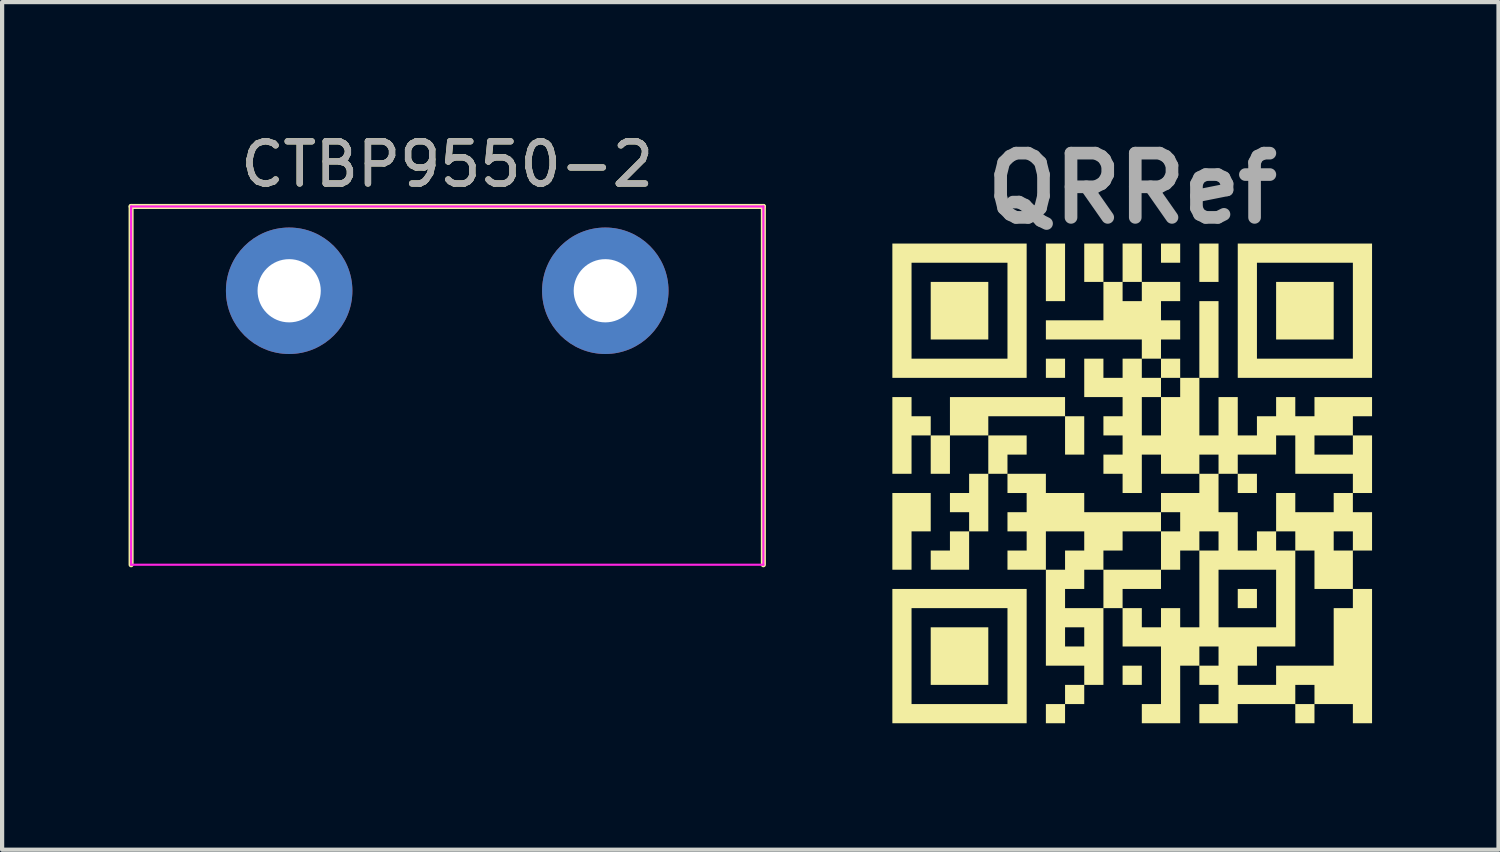
<source format=kicad_pcb>
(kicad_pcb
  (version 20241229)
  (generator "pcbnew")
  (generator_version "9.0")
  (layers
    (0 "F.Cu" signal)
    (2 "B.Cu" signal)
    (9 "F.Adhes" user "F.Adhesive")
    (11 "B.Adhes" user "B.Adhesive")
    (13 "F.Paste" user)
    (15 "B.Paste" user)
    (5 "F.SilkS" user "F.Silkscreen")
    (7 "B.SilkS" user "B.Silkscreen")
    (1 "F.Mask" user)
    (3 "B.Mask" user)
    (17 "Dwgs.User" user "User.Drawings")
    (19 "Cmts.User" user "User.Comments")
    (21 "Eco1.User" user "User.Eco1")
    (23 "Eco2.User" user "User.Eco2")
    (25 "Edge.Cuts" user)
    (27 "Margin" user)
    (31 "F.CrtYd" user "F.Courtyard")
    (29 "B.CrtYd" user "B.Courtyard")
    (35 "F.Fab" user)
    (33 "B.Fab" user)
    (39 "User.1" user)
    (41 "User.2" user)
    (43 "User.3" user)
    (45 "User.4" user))
  (footprint "CTBP9550-2"
    (layer "F.Cu")
    (at 7.56 3.848)
    (property "Reference" "CTBP9550-2" (at 0 -3 0) (unlocked yes) (layer "F.SilkS") (effects (font (size 1 1) (thickness 0.15))))
    (attr through_hole)
    (fp_line (start -7.5 -2) (end 7.5 -2) (stroke (width 0.12) (type solid)) (layer "F.SilkS"))
    (fp_line (start -7.5 6.5) (end -7.5 -2) (stroke (width 0.12) (type solid)) (layer "F.SilkS"))
    (fp_line (start 7.5 -2) (end 7.5 6.5) (stroke (width 0.12) (type solid)) (layer "F.SilkS"))
    (fp_line (start -7.5 -2) (end -7.5 6.5) (stroke (width 0.05) (type solid)) (layer "F.CrtYd"))
    (fp_line (start -7.5 6.5) (end 7.5 6.5) (stroke (width 0.05) (type solid)) (layer "F.CrtYd"))
    (fp_line (start 7.5 -2) (end -7.5 -2) (stroke (width 0.05) (type solid)) (layer "F.CrtYd"))
    (fp_line (start 7.5 6.5) (end 7.5 -2) (stroke (width 0.05) (type solid)) (layer "F.CrtYd"))
    (fp_text user "${REFERENCE}" (at 0 -3 0) (unlocked yes) (layer "F.Fab") (effects (font (size 1 1) (thickness 0.15))))
    (pad "1" thru_hole circle (at -3.75 0) (size 3 3) (drill 1.5) (layers "*.Cu" "*.Mask"))
    (pad "2" thru_hole circle (at 3.75 0) (size 3 3) (drill 1.5) (layers "*.Cu" "*.Mask")))
  (footprint "QRRef"
    (layer "F.Cu")
    (at 23.81 8.418)
    (property "Reference" "QRRef" (at 0 -7 0) (layer "F.Fab") (effects (font (size 1.524 1.524) (thickness 0.3))))
    (attr board_only exclude_from_pos_files exclude_from_bom)
    (fp_poly (pts (xy -4.324 -0.228) (xy -4.78 -0.228) (xy -4.78 -1.138) (xy -4.324 -1.138)) (stroke (width 0) (type solid)) (fill yes) (layer "F.SilkS"))
    (fp_poly (pts (xy -3.414 -3.414) (xy -4.78 -3.414) (xy -4.78 -4.78) (xy -3.414 -4.78)) (stroke (width 0) (type solid)) (fill yes) (layer "F.SilkS"))
    (fp_poly (pts (xy -3.414 4.78) (xy -4.78 4.78) (xy -4.78 3.414) (xy -3.414 3.414)) (stroke (width 0) (type solid)) (fill yes) (layer "F.SilkS"))
    (fp_poly (pts (xy -1.593 -4.324) (xy -2.048 -4.324) (xy -2.048 -5.69) (xy -1.593 -5.69)) (stroke (width 0) (type solid)) (fill yes) (layer "F.SilkS"))
    (fp_poly (pts (xy -1.593 -2.504) (xy -2.048 -2.504) (xy -2.048 -2.959) (xy -1.593 -2.959)) (stroke (width 0) (type solid)) (fill yes) (layer "F.SilkS"))
    (fp_poly (pts (xy -1.593 5.69) (xy -2.048 5.69) (xy -2.048 5.235) (xy -1.593 5.235)) (stroke (width 0) (type solid)) (fill yes) (layer "F.SilkS"))
    (fp_poly (pts (xy -1.138 -0.683) (xy -1.593 -0.683) (xy -1.593 -1.593) (xy -1.138 -1.593)) (stroke (width 0) (type solid)) (fill yes) (layer "F.SilkS"))
    (fp_poly (pts (xy -1.138 5.235) (xy -1.593 5.235) (xy -1.593 4.78) (xy -1.138 4.78)) (stroke (width 0) (type solid)) (fill yes) (layer "F.SilkS"))
    (fp_poly (pts (xy -0.683 -4.78) (xy -1.138 -4.78) (xy -1.138 -5.69) (xy -0.683 -5.69)) (stroke (width 0) (type solid)) (fill yes) (layer "F.SilkS"))
    (fp_poly (pts (xy 0.228 4.78) (xy -0.228 4.78) (xy -0.228 4.324) (xy 0.228 4.324)) (stroke (width 0) (type solid)) (fill yes) (layer "F.SilkS"))
    (fp_poly (pts (xy 1.138 -5.235) (xy 0.683 -5.235) (xy 0.683 -5.69) (xy 1.138 -5.69)) (stroke (width 0) (type solid)) (fill yes) (layer "F.SilkS"))
    (fp_poly (pts (xy 2.048 -4.78) (xy 1.593 -4.78) (xy 1.593 -5.69) (xy 2.048 -5.69)) (stroke (width 0) (type solid)) (fill yes) (layer "F.SilkS"))
    (fp_poly (pts (xy 2.048 -2.504) (xy 1.593 -2.504) (xy 1.593 -4.324) (xy 2.048 -4.324)) (stroke (width 0) (type solid)) (fill yes) (layer "F.SilkS"))
    (fp_poly (pts (xy 2.959 0.228) (xy 2.504 0.228) (xy 2.504 -0.228) (xy 2.959 -0.228)) (stroke (width 0) (type solid)) (fill yes) (layer "F.SilkS"))
    (fp_poly (pts (xy 2.959 2.959) (xy 2.504 2.959) (xy 2.504 2.504) (xy 2.959 2.504)) (stroke (width 0) (type solid)) (fill yes) (layer "F.SilkS"))
    (fp_poly (pts (xy 4.78 -3.414) (xy 3.414 -3.414) (xy 3.414 -4.78) (xy 4.78 -4.78)) (stroke (width 0) (type solid)) (fill yes) (layer "F.SilkS"))
    (fp_poly (pts (xy -4.78 1.138) (xy -5.235 1.138) (xy -5.235 2.048) (xy -5.69 2.048) (xy -5.69 0.228) (xy -4.78 0.228)) (stroke (width 0) (type solid)) (fill yes) (layer "F.SilkS"))
    (fp_poly (pts (xy -3.869 2.048) (xy -4.78 2.048) (xy -4.78 1.593) (xy -4.324 1.593) (xy -4.324 1.138) (xy -3.869 1.138)) (stroke (width 0) (type solid)) (fill yes) (layer "F.SilkS"))
    (fp_poly (pts (xy -2.504 -0.683) (xy -2.959 -0.683) (xy -2.959 -0.228) (xy -3.414 -0.228) (xy -3.414 -1.138) (xy -2.504 -1.138)) (stroke (width 0) (type solid)) (fill yes) (layer "F.SilkS"))
    (fp_poly (pts (xy -1.593 -1.593) (xy -3.414 -1.593) (xy -3.414 -1.138) (xy -4.324 -1.138) (xy -4.324 -2.048) (xy -1.593 -2.048)) (stroke (width 0) (type solid)) (fill yes) (layer "F.SilkS"))
    (fp_poly (pts (xy -5.235 -1.593) (xy -4.78 -1.593) (xy -4.78 -1.138) (xy -5.235 -1.138) (xy -5.235 -0.228) (xy -5.69 -0.228) (xy -5.69 -2.048) (xy -5.235 -2.048)) (stroke (width 0) (type solid)) (fill yes) (layer "F.SilkS"))
    (fp_poly (pts (xy -3.414 1.138) (xy -3.869 1.138) (xy -3.869 0.683) (xy -4.324 0.683) (xy -4.324 0.228) (xy -3.869 0.228) (xy -3.869 -0.228) (xy -3.414 -0.228)) (stroke (width 0) (type solid)) (fill yes) (layer "F.SilkS"))
    (fp_poly (pts (xy -2.504 -2.504) (xy -5.69 -2.504) (xy -5.69 -2.959) (xy -5.235 -2.959) (xy -2.959 -2.959) (xy -2.959 -5.235) (xy -5.235 -5.235) (xy -5.235 -2.959) (xy -5.69 -2.959) (xy -5.69 -5.69) (xy -2.504 -5.69)) (stroke (width 0) (type solid)) (fill yes) (layer "F.SilkS"))
    (fp_poly (pts (xy -2.504 5.69) (xy -5.69 5.69) (xy -5.69 5.235) (xy -5.235 5.235) (xy -2.959 5.235) (xy -2.959 2.959) (xy -5.235 2.959) (xy -5.235 5.235) (xy -5.69 5.235) (xy -5.69 2.504) (xy -2.504 2.504)) (stroke (width 0) (type solid)) (fill yes) (layer "F.SilkS"))
    (fp_poly (pts (xy 5.69 -2.504) (xy 2.504 -2.504) (xy 2.504 -2.959) (xy 2.959 -2.959) (xy 5.235 -2.959) (xy 5.235 -5.235) (xy 2.959 -5.235) (xy 2.959 -2.959) (xy 2.504 -2.959) (xy 2.504 -5.69) (xy 5.69 -5.69)) (stroke (width 0) (type solid)) (fill yes) (layer "F.SilkS"))
    (fp_poly (pts (xy 1.138 -4.78) (xy 1.138 -4.324) (xy 0.683 -4.324) (xy 0.683 -3.869) (xy 1.138 -3.869) (xy 1.138 -3.414) (xy 0.683 -3.414) (xy 0.683 -2.959) (xy 0.228 -2.959) (xy 0.228 -3.414) (xy -2.048 -3.414) (xy -2.048 -3.869) (xy -0.683 -3.869) (xy -0.683 -4.324) (xy -0.228 -4.324) (xy 0.228 -4.324) (xy 0.228 -4.78) (xy -0.228 -4.78) (xy -0.228 -4.324) (xy -0.683 -4.324) (xy -0.683 -4.78) (xy -0.228 -4.78) (xy -0.228 -5.69) (xy 0.228 -5.69) (xy 0.228 -4.78)) (stroke (width 0) (type solid)) (fill yes) (layer "F.SilkS"))
    (fp_poly (pts (xy 5.69 -1.138) (xy 5.69 0.228) (xy 5.235 0.228) (xy 5.235 0.683) (xy 5.69 0.683) (xy 5.69 1.593) (xy 5.235 1.593) (xy 5.235 2.504) (xy 5.69 2.504) (xy 5.69 5.69) (xy 5.235 5.69) (xy 5.235 5.235) (xy 4.324 5.235) (xy 4.324 5.69) (xy 3.869 5.69) (xy 3.869 5.235) (xy 4.324 5.235) (xy 4.324 4.78) (xy 3.869 4.78) (xy 3.869 5.235) (xy 2.504 5.235) (xy 2.504 5.69) (xy 1.593 5.69) (xy 1.593 5.235) (xy 2.048 5.235) (xy 2.048 4.78) (xy 2.504 4.78) (xy 3.414 4.78) (xy 3.414 4.324) (xy 4.78 4.324) (xy 4.78 2.959) (xy 5.235 2.959) (xy 5.235 2.504) (xy 4.324 2.504) (xy 4.324 1.593) (xy 4.78 1.593) (xy 5.235 1.593) (xy 5.235 1.138) (xy 4.78 1.138) (xy 4.78 1.593) (xy 4.324 1.593) (xy 3.869 1.593) (xy 3.869 3.869) (xy 2.959 3.869) (xy 2.959 4.324) (xy 2.504 4.324) (xy 2.504 4.78) (xy 2.048 4.78) (xy 1.593 4.78) (xy 1.593 4.324) (xy 2.048 4.324) (xy 2.048 3.869) (xy 1.593 3.869) (xy 1.593 4.324) (xy 1.138 4.324) (xy 1.138 5.69) (xy 0.228 5.69) (xy 0.228 5.235) (xy 0.683 5.235) (xy 0.683 3.869) (xy -0.228 3.869) (xy -0.228 2.959) (xy 0.228 2.959) (xy 0.228 3.414) (xy 0.683 3.414) (xy 0.683 2.959) (xy 1.138 2.959) (xy 1.138 3.414) (xy 1.593 3.414) (xy 2.048 3.414) (xy 3.414 3.414) (xy 3.414 2.048) (xy 2.048 2.048) (xy 2.048 3.414) (xy 1.593 3.414) (xy 1.593 1.593) (xy 2.048 1.593) (xy 2.048 1.138) (xy 1.593 1.138) (xy 1.593 1.593) (xy 1.138 1.593) (xy 1.138 2.048) (xy 0.683 2.048) (xy 0.683 2.504) (xy -0.228 2.504) (xy -0.228 2.959) (xy -0.683 2.959) (xy -0.683 4.78) (xy -1.138 4.78) (xy -1.138 4.324) (xy -2.048 4.324) (xy -2.048 3.869) (xy -1.593 3.869) (xy -1.138 3.869) (xy -1.138 3.414) (xy -1.593 3.414) (xy -1.593 3.869) (xy -2.048 3.869) (xy -2.048 2.959) (xy -1.593 2.959) (xy -0.683 2.959) (xy -0.683 2.048) (xy 0.683 2.048) (xy 0.683 1.138) (xy 1.138 1.138) (xy 1.138 0.683) (xy 2.048 0.683) (xy 2.504 0.683) (xy 2.504 1.593) (xy 2.959 1.593) (xy 3.414 1.593) (xy 3.869 1.593) (xy 3.869 1.138) (xy 3.414 1.138) (xy 3.414 1.593) (xy 2.959 1.593) (xy 2.959 1.138) (xy 3.414 1.138) (xy 3.414 0.228) (xy 3.869 0.228) (xy 3.869 0.683) (xy 4.78 0.683) (xy 4.78 0.228) (xy 5.235 0.228) (xy 5.235 -0.228) (xy 3.869 -0.228) (xy 3.869 -0.683) (xy 4.324 -0.683) (xy 5.235 -0.683) (xy 5.235 -1.138) (xy 4.324 -1.138) (xy 4.324 -0.683) (xy 3.869 -0.683) (xy 3.869 -1.138) (xy 3.414 -1.138) (xy 3.414 -0.683) (xy 2.504 -0.683) (xy 2.504 -0.228) (xy 2.048 -0.228) (xy 2.048 0.683) (xy 1.138 0.683) (xy 0.683 0.683) (xy 0.683 1.138) (xy -0.228 1.138) (xy -0.228 1.593) (xy -0.683 1.593) (xy -0.683 2.048) (xy -1.138 2.048) (xy -1.138 2.504) (xy -1.593 2.504) (xy -1.593 2.959) (xy -2.048 2.959) (xy -2.048 2.048) (xy -1.593 2.048) (xy -1.593 1.593) (xy -1.138 1.593) (xy -1.138 1.138) (xy -2.048 1.138) (xy -2.048 2.048) (xy -2.959 2.048) (xy -2.959 1.593) (xy -2.504 1.593) (xy -2.504 1.138) (xy -2.959 1.138) (xy -2.959 0.683) (xy -2.504 0.683) (xy -2.504 0.228) (xy -2.959 0.228) (xy -2.959 -0.228) (xy -2.048 -0.228) (xy -2.048 0.228) (xy -1.138 0.228) (xy -1.138 0.683) (xy 0.683 0.683) (xy 0.683 0.228) (xy 1.593 0.228) (xy 1.593 -0.228) (xy 2.048 -0.228) (xy 2.048 -0.683) (xy 1.593 -0.683) (xy 1.593 -0.228) (xy 0.683 -0.228) (xy 0.683 -0.683) (xy 0.228 -0.683) (xy 0.228 0.228) (xy -0.228 0.228) (xy -0.228 -0.228) (xy -0.683 -0.228) (xy -0.683 -0.683) (xy -0.228 -0.683) (xy -0.228 -1.138) (xy 0.228 -1.138) (xy 0.683 -1.138) (xy 0.683 -2.048) (xy 1.138 -2.048) (xy 1.138 -2.504) (xy 0.683 -2.504) (xy 0.683 -2.048) (xy 0.228 -2.048) (xy 0.228 -1.138) (xy -0.228 -1.138) (xy -0.683 -1.138) (xy -0.683 -1.593) (xy -0.228 -1.593) (xy -0.228 -2.048) (xy -1.138 -2.048) (xy -1.138 -2.959) (xy -0.683 -2.959) (xy -0.683 -2.504) (xy -0.228 -2.504) (xy -0.228 -2.959) (xy 0.228 -2.959) (xy 0.228 -2.504) (xy 0.683 -2.504) (xy 0.683 -2.959) (xy 1.138 -2.959) (xy 1.138 -2.504) (xy 1.593 -2.504) (xy 1.593 -1.138) (xy 2.048 -1.138) (xy 2.048 -2.048) (xy 2.504 -2.048) (xy 2.504 -1.138) (xy 2.959 -1.138) (xy 2.959 -1.593) (xy 3.414 -1.593) (xy 3.414 -2.048) (xy 3.869 -2.048) (xy 3.869 -1.593) (xy 4.324 -1.593) (xy 4.324 -2.048) (xy 5.69 -2.048) (xy 5.69 -1.593) (xy 5.235 -1.593) (xy 5.235 -1.138)) (stroke (width 0) (type solid)) (fill yes) (layer "F.SilkS")))
  (gr_rect
    (start -3 -3)
    (end 32.5 17.108)
    (stroke (width 0.1) (type default))
    (fill no)
    (layer "Edge.Cuts")))
</source>
